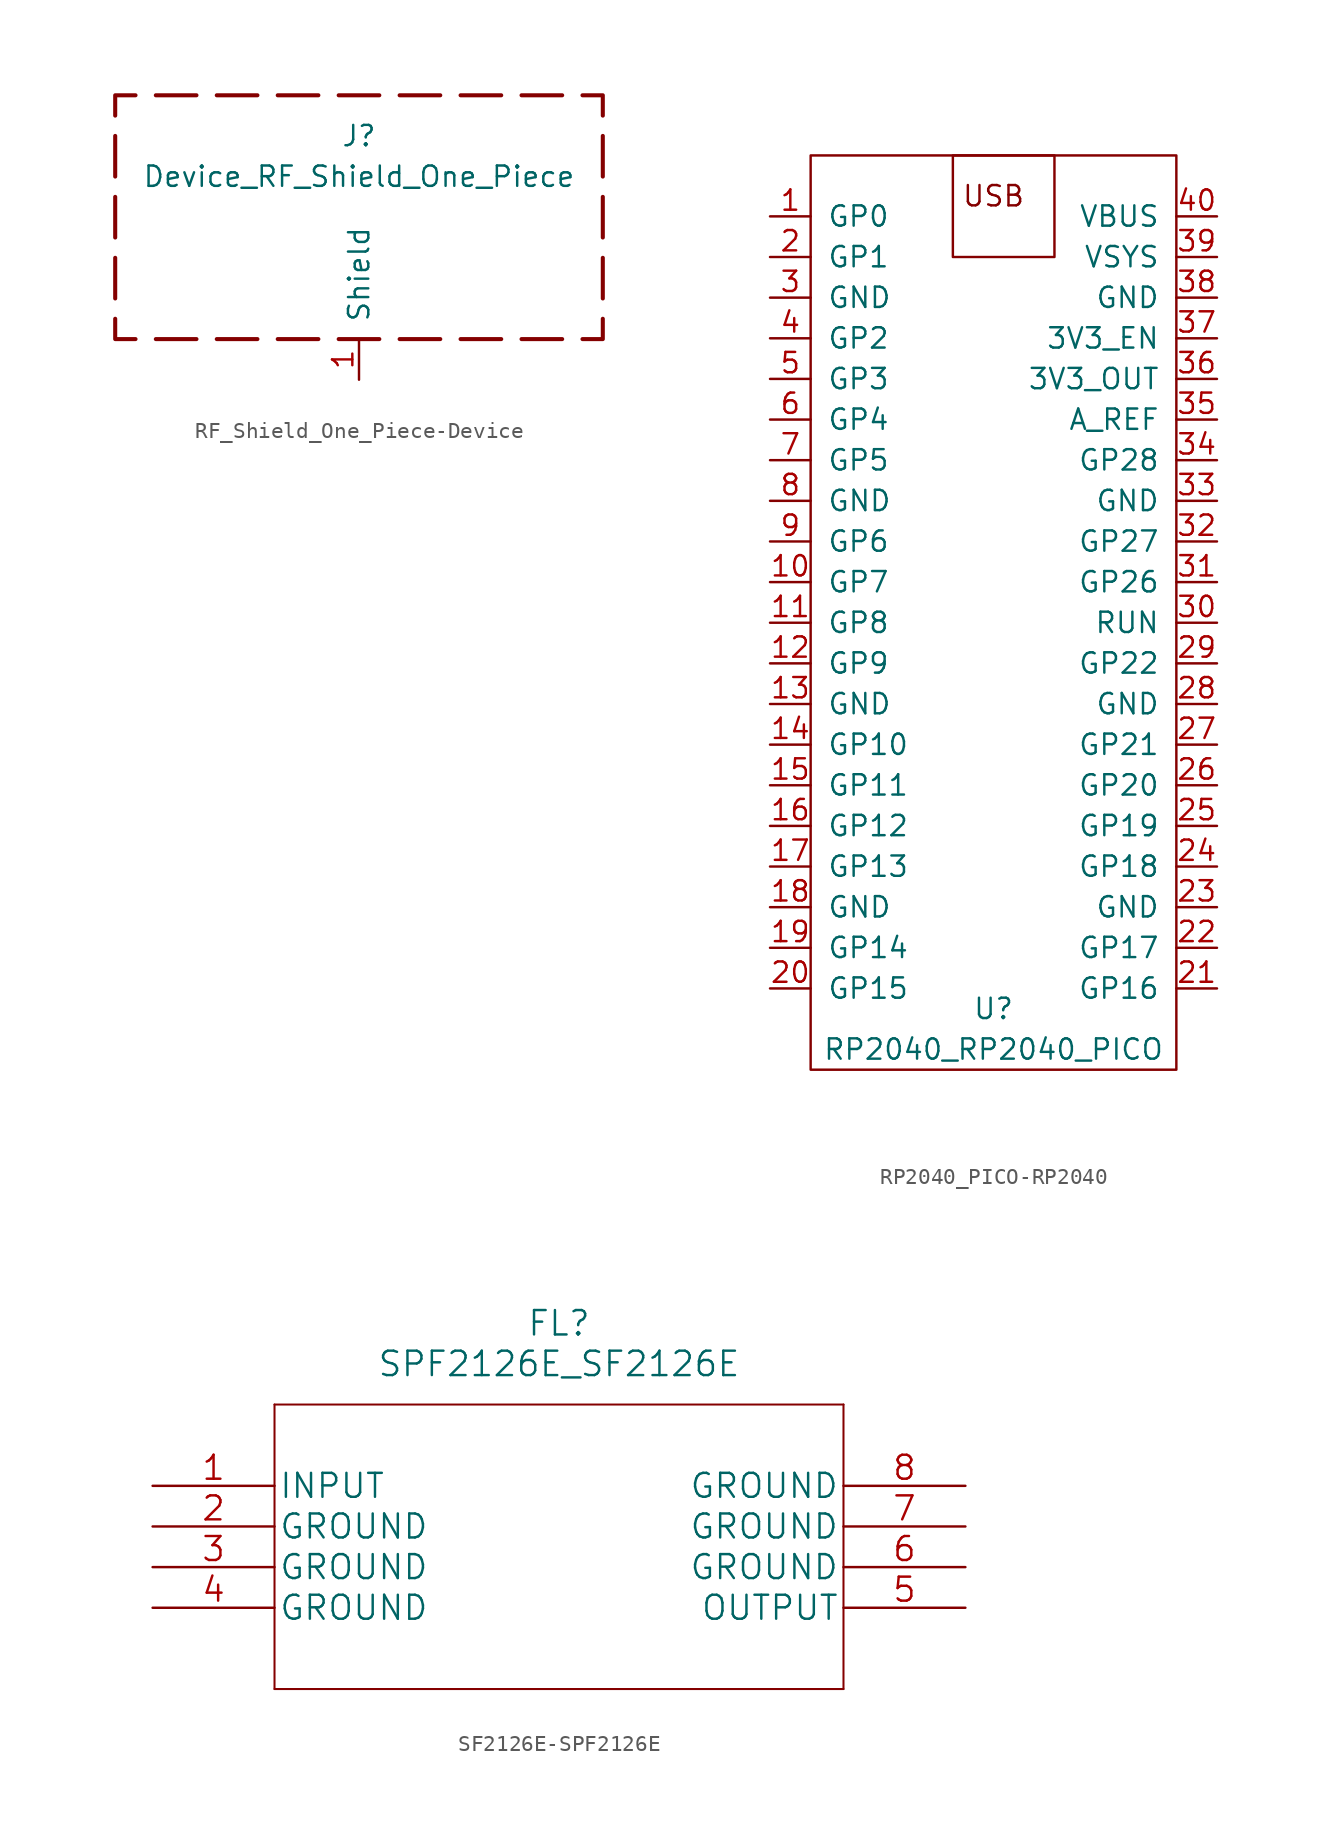
<source format=kicad_sym>
(kicad_symbol_lib
  (version 20231120)
  (generator "kicad_symbol_editor")
  (generator_version "8.0")
  (symbol "RF_Shield_One_Piece-Device"
    (pin_names
      (offset 1.016))
    (property "Reference" "J"
      (at 0 5.08 0)
      (effects (font (size 1.27 1.27))))
    (property "Value" "Device_RF_Shield_One_Piece"
      (at 0 2.54 0)
      (effects (font (size 1.27 1.27))))
    (symbol "RF_Shield_One_Piece-Device_0_1"
      (polyline (pts (xy -15.24 -5.08) (xy -15.24 -2.54)) (stroke (width 0.254) (type solid)) (fill (type none)))
      (polyline (pts (xy -15.24 -1.27) (xy -15.24 1.27)) (stroke (width 0.254) (type solid)) (fill (type none)))
      (polyline (pts (xy -15.24 2.54) (xy -15.24 5.08)) (stroke (width 0.254) (type solid)) (fill (type none)))
      (polyline (pts (xy -12.7 7.62) (xy -10.16 7.62)) (stroke (width 0.254) (type solid)) (fill (type none)))
      (polyline (pts (xy -10.16 -7.62) (xy -12.7 -7.62)) (stroke (width 0.254) (type solid)) (fill (type none)))
      (polyline (pts (xy -6.35 -7.62) (xy -8.89 -7.62)) (stroke (width 0.254) (type solid)) (fill (type none)))
      (polyline (pts (xy -6.35 7.62) (xy -8.89 7.62)) (stroke (width 0.254) (type solid)) (fill (type none)))
      (polyline (pts (xy -2.54 -7.62) (xy -5.08 -7.62)) (stroke (width 0.254) (type solid)) (fill (type none)))
      (polyline (pts (xy -2.54 7.62) (xy -5.08 7.62)) (stroke (width 0.254) (type solid)) (fill (type none)))
      (polyline (pts (xy -1.27 -7.62) (xy 1.27 -7.62)) (stroke (width 0.254) (type solid)) (fill (type none)))
      (polyline (pts (xy 1.27 7.62) (xy -1.27 7.62)) (stroke (width 0.254) (type solid)) (fill (type none)))
      (polyline (pts (xy 2.54 -7.62) (xy 5.08 -7.62)) (stroke (width 0.254) (type solid)) (fill (type none)))
      (polyline (pts (xy 5.08 7.62) (xy 2.54 7.62)) (stroke (width 0.254) (type solid)) (fill (type none)))
      (polyline (pts (xy 6.35 -7.62) (xy 8.89 -7.62)) (stroke (width 0.254) (type solid)) (fill (type none)))
      (polyline (pts (xy 8.89 7.62) (xy 6.35 7.62)) (stroke (width 0.254) (type solid)) (fill (type none)))
      (polyline (pts (xy 10.16 -7.62) (xy 12.7 -7.62)) (stroke (width 0.254) (type solid)) (fill (type none)))
      (polyline (pts (xy 12.7 7.62) (xy 10.16 7.62)) (stroke (width 0.254) (type solid)) (fill (type none)))
      (polyline (pts (xy 15.24 -5.08) (xy 15.24 -2.54)) (stroke (width 0.254) (type solid)) (fill (type none)))
      (polyline (pts (xy 15.24 -1.27) (xy 15.24 1.27)) (stroke (width 0.254) (type solid)) (fill (type none)))
      (polyline (pts (xy 15.24 2.54) (xy 15.24 5.08)) (stroke (width 0.254) (type solid)) (fill (type none)))
      (polyline (pts (xy -15.24 6.35) (xy -15.24 7.62) (xy -13.97 7.62)) (stroke (width 0.254) (type solid)) (fill (type none)))
      (polyline (pts (xy -13.97 -7.62) (xy -15.24 -7.62) (xy -15.24 -6.35)) (stroke (width 0.254) (type solid)) (fill (type none)))
      (polyline (pts (xy 13.97 -7.62) (xy 15.24 -7.62) (xy 15.24 -6.35)) (stroke (width 0.254) (type solid)) (fill (type none)))
      (polyline (pts (xy 15.24 6.35) (xy 15.24 7.62) (xy 13.97 7.62)) (stroke (width 0.254) (type solid)) (fill (type none))))
    (symbol "RF_Shield_One_Piece-Device_1_1"
      (pin passive line (at 0 -10.16 90) (length 2.54) (name "Shield" (effects (font (size 1.27 1.27)))) (number "1" (effects (font (size 1.27 1.27)))))))
  (symbol "RP2040_PICO-RP2040"
    (pin_names
      (offset 1.016))
    (property "Reference" "U"
      (at -2.54 -35.56 0)
      (effects (font (size 1.27 1.27))))
    (property "Value" "RP2040_RP2040_PICO"
      (at -2.54 -38.1 0)
      (effects (font (size 1.27 1.27))))
    (symbol "RP2040_PICO-RP2040_0_0"
      (text "USB" (at -2.54 15.24 0) (effects (font (size 1.27 1.27)))))
    (symbol "RP2040_PICO-RP2040_0_1"
      (rectangle (start -13.97 17.78) (end 8.89 -39.37) (stroke (width 0) (type solid)) (fill (type none)))
      (rectangle (start -5.08 17.78) (end 1.27 11.43) (stroke (width 0) (type solid)) (fill (type none))))
    (symbol "RP2040_PICO-RP2040_1_1"
      (pin input line (at -16.51 13.97 0) (length 2.54) (name "GP0" (effects (font (size 1.27 1.27)))) (number "1" (effects (font (size 1.27 1.27)))))
      (pin input line (at -16.51 -8.89 0) (length 2.54) (name "GP7" (effects (font (size 1.27 1.27)))) (number "10" (effects (font (size 1.27 1.27)))))
      (pin input line (at -16.51 -11.43 0) (length 2.54) (name "GP8" (effects (font (size 1.27 1.27)))) (number "11" (effects (font (size 1.27 1.27)))))
      (pin input line (at -16.51 -13.97 0) (length 2.54) (name "GP9" (effects (font (size 1.27 1.27)))) (number "12" (effects (font (size 1.27 1.27)))))
      (pin input line (at -16.51 -16.51 0) (length 2.54) (name "GND" (effects (font (size 1.27 1.27)))) (number "13" (effects (font (size 1.27 1.27)))))
      (pin input line (at -16.51 -19.05 0) (length 2.54) (name "GP10" (effects (font (size 1.27 1.27)))) (number "14" (effects (font (size 1.27 1.27)))))
      (pin input line (at -16.51 -21.59 0) (length 2.54) (name "GP11" (effects (font (size 1.27 1.27)))) (number "15" (effects (font (size 1.27 1.27)))))
      (pin input line (at -16.51 -24.13 0) (length 2.54) (name "GP12" (effects (font (size 1.27 1.27)))) (number "16" (effects (font (size 1.27 1.27)))))
      (pin input line (at -16.51 -26.67 0) (length 2.54) (name "GP13" (effects (font (size 1.27 1.27)))) (number "17" (effects (font (size 1.27 1.27)))))
      (pin input line (at -16.51 -29.21 0) (length 2.54) (name "GND" (effects (font (size 1.27 1.27)))) (number "18" (effects (font (size 1.27 1.27)))))
      (pin input line (at -16.51 -31.75 0) (length 2.54) (name "GP14" (effects (font (size 1.27 1.27)))) (number "19" (effects (font (size 1.27 1.27)))))
      (pin input line (at -16.51 11.43 0) (length 2.54) (name "GP1" (effects (font (size 1.27 1.27)))) (number "2" (effects (font (size 1.27 1.27)))))
      (pin input line (at -16.51 -34.29 0) (length 2.54) (name "GP15" (effects (font (size 1.27 1.27)))) (number "20" (effects (font (size 1.27 1.27)))))
      (pin input line (at 11.43 -34.29 180) (length 2.54) (name "GP16" (effects (font (size 1.27 1.27)))) (number "21" (effects (font (size 1.27 1.27)))))
      (pin input line (at 11.43 -31.75 180) (length 2.54) (name "GP17" (effects (font (size 1.27 1.27)))) (number "22" (effects (font (size 1.27 1.27)))))
      (pin input line (at 11.43 -29.21 180) (length 2.54) (name "GND" (effects (font (size 1.27 1.27)))) (number "23" (effects (font (size 1.27 1.27)))))
      (pin input line (at 11.43 -26.67 180) (length 2.54) (name "GP18" (effects (font (size 1.27 1.27)))) (number "24" (effects (font (size 1.27 1.27)))))
      (pin input line (at 11.43 -24.13 180) (length 2.54) (name "GP19" (effects (font (size 1.27 1.27)))) (number "25" (effects (font (size 1.27 1.27)))))
      (pin input line (at 11.43 -21.59 180) (length 2.54) (name "GP20" (effects (font (size 1.27 1.27)))) (number "26" (effects (font (size 1.27 1.27)))))
      (pin input line (at 11.43 -19.05 180) (length 2.54) (name "GP21" (effects (font (size 1.27 1.27)))) (number "27" (effects (font (size 1.27 1.27)))))
      (pin input line (at 11.43 -16.51 180) (length 2.54) (name "GND" (effects (font (size 1.27 1.27)))) (number "28" (effects (font (size 1.27 1.27)))))
      (pin input line (at 11.43 -13.97 180) (length 2.54) (name "GP22" (effects (font (size 1.27 1.27)))) (number "29" (effects (font (size 1.27 1.27)))))
      (pin input line (at -16.51 8.89 0) (length 2.54) (name "GND" (effects (font (size 1.27 1.27)))) (number "3" (effects (font (size 1.27 1.27)))))
      (pin input line (at 11.43 -11.43 180) (length 2.54) (name "RUN" (effects (font (size 1.27 1.27)))) (number "30" (effects (font (size 1.27 1.27)))))
      (pin input line (at 11.43 -8.89 180) (length 2.54) (name "GP26" (effects (font (size 1.27 1.27)))) (number "31" (effects (font (size 1.27 1.27)))))
      (pin input line (at 11.43 -6.35 180) (length 2.54) (name "GP27" (effects (font (size 1.27 1.27)))) (number "32" (effects (font (size 1.27 1.27)))))
      (pin input line (at 11.43 -3.81 180) (length 2.54) (name "GND" (effects (font (size 1.27 1.27)))) (number "33" (effects (font (size 1.27 1.27)))))
      (pin input line (at 11.43 -1.27 180) (length 2.54) (name "GP28" (effects (font (size 1.27 1.27)))) (number "34" (effects (font (size 1.27 1.27)))))
      (pin input line (at 11.43 1.27 180) (length 2.54) (name "A_REF" (effects (font (size 1.27 1.27)))) (number "35" (effects (font (size 1.27 1.27)))))
      (pin input line (at 11.43 3.81 180) (length 2.54) (name "3V3_OUT" (effects (font (size 1.27 1.27)))) (number "36" (effects (font (size 1.27 1.27)))))
      (pin input line (at 11.43 6.35 180) (length 2.54) (name "3V3_EN" (effects (font (size 1.27 1.27)))) (number "37" (effects (font (size 1.27 1.27)))))
      (pin input line (at 11.43 8.89 180) (length 2.54) (name "GND" (effects (font (size 1.27 1.27)))) (number "38" (effects (font (size 1.27 1.27)))))
      (pin input line (at 11.43 11.43 180) (length 2.54) (name "VSYS" (effects (font (size 1.27 1.27)))) (number "39" (effects (font (size 1.27 1.27)))))
      (pin input line (at -16.51 6.35 0) (length 2.54) (name "GP2" (effects (font (size 1.27 1.27)))) (number "4" (effects (font (size 1.27 1.27)))))
      (pin input line (at 11.43 13.97 180) (length 2.54) (name "VBUS" (effects (font (size 1.27 1.27)))) (number "40" (effects (font (size 1.27 1.27)))))
      (pin input line (at -16.51 3.81 0) (length 2.54) (name "GP3" (effects (font (size 1.27 1.27)))) (number "5" (effects (font (size 1.27 1.27)))))
      (pin input line (at -16.51 1.27 0) (length 2.54) (name "GP4" (effects (font (size 1.27 1.27)))) (number "6" (effects (font (size 1.27 1.27)))))
      (pin input line (at -16.51 -1.27 0) (length 2.54) (name "GP5" (effects (font (size 1.27 1.27)))) (number "7" (effects (font (size 1.27 1.27)))))
      (pin input line (at -16.51 -3.81 0) (length 2.54) (name "GND" (effects (font (size 1.27 1.27)))) (number "8" (effects (font (size 1.27 1.27)))))
      (pin input line (at -16.51 -6.35 0) (length 2.54) (name "GP6" (effects (font (size 1.27 1.27)))) (number "9" (effects (font (size 1.27 1.27)))))))
  (symbol "SF2126E-SPF2126E"
    (pin_names
      (offset 0.254))
    (property "Reference" "FL"
      (at 25.4 10.16 0)
      (effects (font (size 1.524 1.524))))
    (property "Value" "SPF2126E_SF2126E"
      (at 25.4 7.62 0)
      (effects (font (size 1.524 1.524))))
    (property "Datasheet" ""
      (at 0 0 0)
      (effects (font (size 1.524 1.524))))
    (symbol "SF2126E-SPF2126E_1_1"
      (polyline (pts (xy 7.62 -12.7) (xy 43.18 -12.7)) (stroke (width 0.127) (type solid)) (fill (type none)))
      (polyline (pts (xy 7.62 5.08) (xy 7.62 -12.7)) (stroke (width 0.127) (type solid)) (fill (type none)))
      (polyline (pts (xy 43.18 -12.7) (xy 43.18 5.08)) (stroke (width 0.127) (type solid)) (fill (type none)))
      (polyline (pts (xy 43.18 5.08) (xy 7.62 5.08)) (stroke (width 0.127) (type solid)) (fill (type none)))
      (pin input line (at 0 0 0) (length 7.62) (name "INPUT" (effects (font (size 1.499 1.499)))) (number "1" (effects (font (size 1.499 1.499)))))
      (pin power_in line (at 0 -2.54 0) (length 7.62) (name "GROUND" (effects (font (size 1.499 1.499)))) (number "2" (effects (font (size 1.499 1.499)))))
      (pin power_in line (at 0 -5.08 0) (length 7.62) (name "GROUND" (effects (font (size 1.499 1.499)))) (number "3" (effects (font (size 1.499 1.499)))))
      (pin power_in line (at 0 -7.62 0) (length 7.62) (name "GROUND" (effects (font (size 1.499 1.499)))) (number "4" (effects (font (size 1.499 1.499)))))
      (pin output line (at 50.8 -7.62 180) (length 7.62) (name "OUTPUT" (effects (font (size 1.499 1.499)))) (number "5" (effects (font (size 1.499 1.499)))))
      (pin power_in line (at 50.8 -5.08 180) (length 7.62) (name "GROUND" (effects (font (size 1.499 1.499)))) (number "6" (effects (font (size 1.499 1.499)))))
      (pin power_in line (at 50.8 -2.54 180) (length 7.62) (name "GROUND" (effects (font (size 1.499 1.499)))) (number "7" (effects (font (size 1.499 1.499)))))
      (pin power_in line (at 50.8 0 180) (length 7.62) (name "GROUND" (effects (font (size 1.499 1.499)))) (number "8" (effects (font (size 1.499 1.499))))))))
</source>
